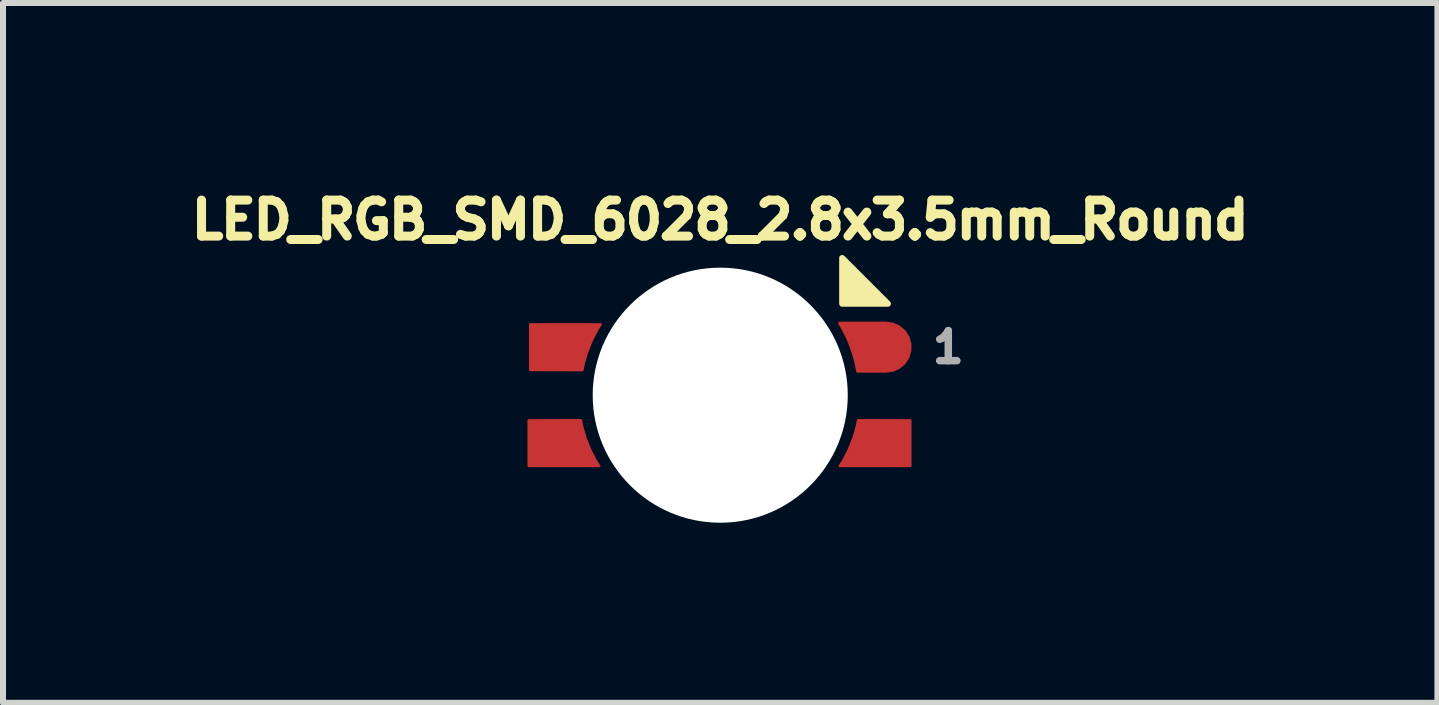
<source format=kicad_pcb>
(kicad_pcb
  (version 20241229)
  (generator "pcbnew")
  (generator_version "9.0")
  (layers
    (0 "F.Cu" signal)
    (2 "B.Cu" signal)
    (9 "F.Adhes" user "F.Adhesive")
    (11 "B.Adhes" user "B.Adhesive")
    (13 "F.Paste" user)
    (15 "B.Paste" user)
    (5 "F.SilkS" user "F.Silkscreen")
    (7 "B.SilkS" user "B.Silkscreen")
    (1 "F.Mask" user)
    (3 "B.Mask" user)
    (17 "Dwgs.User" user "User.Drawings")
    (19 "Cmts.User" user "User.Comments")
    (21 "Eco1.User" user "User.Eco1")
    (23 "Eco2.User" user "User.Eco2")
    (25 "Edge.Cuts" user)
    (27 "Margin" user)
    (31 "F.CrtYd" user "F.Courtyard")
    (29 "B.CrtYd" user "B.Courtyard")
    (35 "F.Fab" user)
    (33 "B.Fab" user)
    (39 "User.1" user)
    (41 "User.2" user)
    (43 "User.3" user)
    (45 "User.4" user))
  (footprint "LED_RGB_SMD_6028_2.8x3.5mm_Round"
    (layer "F.Cu")
    (at 8.951 3.535)
    (property "Reference" "LED_RGB_SMD_6028_2.8x3.5mm_Round" (at 0 -2.921 0) (layer "F.SilkS") (effects (font (size 0.6 0.6) (thickness 0.15))))
    (attr smd)
    (fp_poly (pts (xy 2.794 -1.524) (xy 2.032 -1.524) (xy 2.032 -2.286)) (stroke (width 0.1) (type solid)) (fill yes) (layer "F.SilkS"))
    (fp_text user "1" (at 3.8 -0.8 0) (layer "F.Fab") (effects (font (size 0.5 0.5) (thickness 0.125))))
    (pad "" np_thru_hole circle (at 0 0 180) (size 4.25 4.25) (drill 4.25) (layers "*.Cu" "*.Mask"))
    (pad "1" smd custom (at -2.667 0.8 180) (size 0.5 0.5) (layers "F.Cu" "F.Mask" "F.Paste") (options (anchor circle)) (primitives (gr_arc (start -0.65 -0.38) (mid -0.461984 -0.014048) (end -0.346215 0.380753) (width 0.04)) (gr_line (start 0.525 0.38) (end -0.346 0.383) (width 0.04)) (gr_line (start 0.525 0.38) (end 0.525 -0.38) (width 0.04)) (gr_poly (pts (xy -0.325 0.375) (xy 0.525 0.375) (xy 0.525 -0.375) (xy -0.625 -0.375) (xy -0.425 0.025)) (width 0.04) (fill yes)) (gr_line (start 0.525 -0.38) (end -0.65 -0.38) (width 0.04))))
    (pad "2" smd custom (at -2.642 -0.8 180) (size 0.5 0.5) (layers "F.Cu" "F.Mask" "F.Paste") (options (anchor circle)) (primitives (gr_arc (start -0.346215 -0.380753) (mid -0.461984 0.014048) (end -0.65 0.38) (width 0.04)) (gr_line (start 0.525 -0.38) (end -0.346 -0.383) (width 0.04)) (gr_line (start 0.525 -0.38) (end 0.525 0.38) (width 0.04)) (gr_poly (pts (xy -0.325 -0.375) (xy 0.525 -0.375) (xy 0.525 0.375) (xy -0.625 0.375) (xy -0.425 -0.025)) (width 0.04) (fill yes)) (gr_line (start 0.525 0.38) (end -0.65 0.38) (width 0.04))))
    (pad "3" smd custom (at 2.565 -0.8) (size 0.5 0.5) (layers "F.Cu" "F.Mask" "F.Paste") (options (anchor circle)) (primitives (gr_poly (pts (xy -0.55 -0.4) (xy -0.45 -0.2) (xy -0.35 0.025) (xy -0.3 0.25) (xy -0.25 0.4) (xy 0.175 0.4) (xy 0.175 -0.4)) (width 0.04) (fill yes)) (gr_line (start -0.575 -0.4) (end 0.2 -0.4) (width 0.05)) (gr_arc (start -0.575704 -0.399073) (mid -0.388113 -0.01355) (end -0.275001 0.4) (width 0.05)) (gr_arc (start 0.2 -0.4) (mid 0.6 0) (end 0.2 0.4) (width 0.05)) (gr_circle (center 0.2 0) (end 0.4 0) (width 0.4) (fill no)) (gr_line (start -0.275 0.4) (end 0.2 0.4) (width 0.05))))
    (pad "4" smd custom (at 2.642 0.8) (size 0.5 0.5) (layers "F.Cu" "F.Mask" "F.Paste") (options (anchor circle)) (primitives (gr_arc (start -0.346215 -0.380753) (mid -0.461984 0.014048) (end -0.65 0.38) (width 0.04)) (gr_line (start 0.525 -0.38) (end -0.346 -0.383) (width 0.04)) (gr_line (start 0.525 -0.38) (end 0.525 0.38) (width 0.04)) (gr_poly (pts (xy -0.325 -0.375) (xy 0.525 -0.375) (xy 0.525 0.375) (xy -0.625 0.375) (xy -0.425 -0.025)) (width 0.04) (fill yes)) (gr_line (start 0.525 0.38) (end -0.65 0.38) (width 0.04)))))
  (gr_rect
    (start -3 -3)
    (end 20.901 8.66)
    (stroke (width 0.1) (type default))
    (fill no)
    (layer "Edge.Cuts")))
</source>
